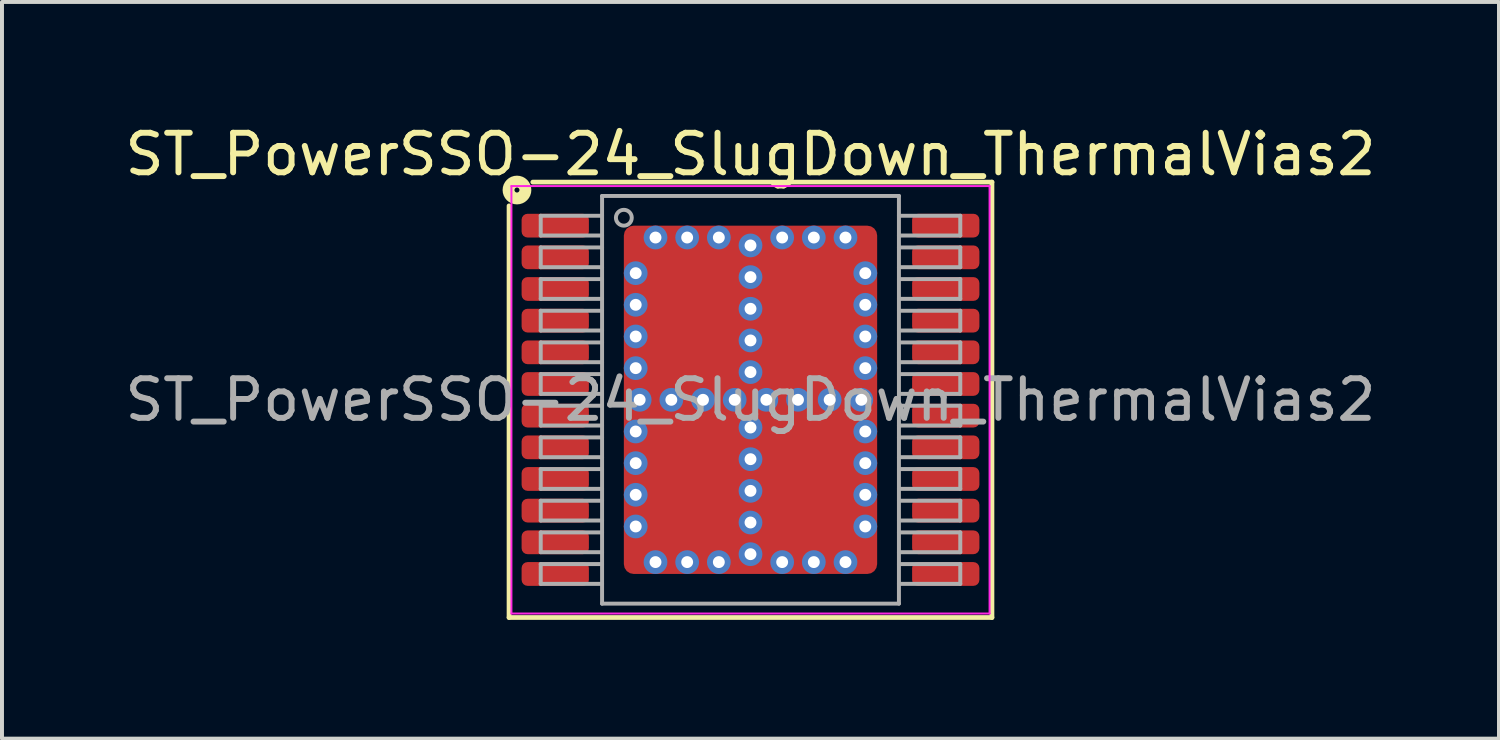
<source format=kicad_pcb>
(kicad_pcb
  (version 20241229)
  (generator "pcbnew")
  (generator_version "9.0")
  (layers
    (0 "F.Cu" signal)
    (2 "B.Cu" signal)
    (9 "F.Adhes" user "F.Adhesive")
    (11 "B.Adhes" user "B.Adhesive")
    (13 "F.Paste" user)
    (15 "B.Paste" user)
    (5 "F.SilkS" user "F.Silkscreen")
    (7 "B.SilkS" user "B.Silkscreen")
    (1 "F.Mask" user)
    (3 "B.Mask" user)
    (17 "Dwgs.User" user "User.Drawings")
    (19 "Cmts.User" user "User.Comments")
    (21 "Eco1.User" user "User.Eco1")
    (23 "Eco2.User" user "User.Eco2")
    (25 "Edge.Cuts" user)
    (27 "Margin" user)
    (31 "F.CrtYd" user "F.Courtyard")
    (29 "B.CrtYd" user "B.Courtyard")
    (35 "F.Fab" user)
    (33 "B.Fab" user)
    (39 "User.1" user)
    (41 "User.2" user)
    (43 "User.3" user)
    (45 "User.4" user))
  (footprint "ST_PowerSSO-24_SlugDown_ThermalVias2"
    (layer "F.Cu")
    (at 15.911 7.051)
    (property "Reference" "ST_PowerSSO-24_SlugDown_ThermalVias2" (at 0 -6.202 0) (layer "F.SilkS") (effects (font (size 1 1) (thickness 0.15))))
    (attr smd)
    (fp_line (start -6.1 -4.9) (end -6.1 5.5) (stroke (width 0.12) (type solid)) (layer "F.SilkS"))
    (fp_line (start -6.1 5.5) (end 6.1 5.5) (stroke (width 0.12) (type solid)) (layer "F.SilkS"))
    (fp_line (start 6.1 -5.5) (end -5.5 -5.5) (stroke (width 0.12) (type solid)) (layer "F.SilkS"))
    (fp_line (start 6.1 5.5) (end 6.1 -5.5) (stroke (width 0.12) (type solid)) (layer "F.SilkS"))
    (fp_circle (center -5.9 -5.3) (end -5.837 -5.3) (stroke (width 0.3) (type solid)) (fill no) (layer "F.SilkS"))
    (fp_line (start -6.04 -5.4) (end -6.04 5.4) (stroke (width 0.05) (type solid)) (layer "F.CrtYd"))
    (fp_line (start -6.04 -5.4) (end 6.04 -5.4) (stroke (width 0.05) (type solid)) (layer "F.CrtYd"))
    (fp_line (start 6.04 5.4) (end -6.04 5.4) (stroke (width 0.05) (type solid)) (layer "F.CrtYd"))
    (fp_line (start 6.04 5.4) (end 6.04 -5.4) (stroke (width 0.05) (type solid)) (layer "F.CrtYd"))
    (fp_line (start -5.3 -4.65) (end -5.3 -4.15) (stroke (width 0.1) (type solid)) (layer "F.Fab"))
    (fp_line (start -5.3 -4.65) (end -3.75 -4.65) (stroke (width 0.1) (type solid)) (layer "F.Fab"))
    (fp_line (start -5.3 -4.15) (end -3.75 -4.15) (stroke (width 0.1) (type solid)) (layer "F.Fab"))
    (fp_line (start -5.3 -3.85) (end -5.3 -3.35) (stroke (width 0.1) (type solid)) (layer "F.Fab"))
    (fp_line (start -5.3 -3.85) (end -3.75 -3.85) (stroke (width 0.1) (type solid)) (layer "F.Fab"))
    (fp_line (start -5.3 -3.35) (end -3.75 -3.35) (stroke (width 0.1) (type solid)) (layer "F.Fab"))
    (fp_line (start -5.3 -3.05) (end -5.3 -2.55) (stroke (width 0.1) (type solid)) (layer "F.Fab"))
    (fp_line (start -5.3 -3.05) (end -3.75 -3.05) (stroke (width 0.1) (type solid)) (layer "F.Fab"))
    (fp_line (start -5.3 -2.55) (end -3.75 -2.55) (stroke (width 0.1) (type solid)) (layer "F.Fab"))
    (fp_line (start -5.3 -2.25) (end -5.3 -1.75) (stroke (width 0.1) (type solid)) (layer "F.Fab"))
    (fp_line (start -5.3 -2.25) (end -3.75 -2.25) (stroke (width 0.1) (type solid)) (layer "F.Fab"))
    (fp_line (start -5.3 -1.75) (end -3.75 -1.75) (stroke (width 0.1) (type solid)) (layer "F.Fab"))
    (fp_line (start -5.3 -1.45) (end -5.3 -0.95) (stroke (width 0.1) (type solid)) (layer "F.Fab"))
    (fp_line (start -5.3 -1.45) (end -3.75 -1.45) (stroke (width 0.1) (type solid)) (layer "F.Fab"))
    (fp_line (start -5.3 -0.95) (end -3.75 -0.95) (stroke (width 0.1) (type solid)) (layer "F.Fab"))
    (fp_line (start -5.3 -0.65) (end -5.3 -0.15) (stroke (width 0.1) (type solid)) (layer "F.Fab"))
    (fp_line (start -5.3 -0.65) (end -3.75 -0.65) (stroke (width 0.1) (type solid)) (layer "F.Fab"))
    (fp_line (start -5.3 -0.15) (end -3.75 -0.15) (stroke (width 0.1) (type solid)) (layer "F.Fab"))
    (fp_line (start -5.3 0.15) (end -5.3 0.65) (stroke (width 0.1) (type solid)) (layer "F.Fab"))
    (fp_line (start -5.3 0.15) (end -3.75 0.15) (stroke (width 0.1) (type solid)) (layer "F.Fab"))
    (fp_line (start -5.3 0.65) (end -3.75 0.65) (stroke (width 0.1) (type solid)) (layer "F.Fab"))
    (fp_line (start -5.3 0.95) (end -5.3 1.45) (stroke (width 0.1) (type solid)) (layer "F.Fab"))
    (fp_line (start -5.3 0.95) (end -3.75 0.95) (stroke (width 0.1) (type solid)) (layer "F.Fab"))
    (fp_line (start -5.3 1.45) (end -3.75 1.45) (stroke (width 0.1) (type solid)) (layer "F.Fab"))
    (fp_line (start -5.3 1.75) (end -5.3 2.25) (stroke (width 0.1) (type solid)) (layer "F.Fab"))
    (fp_line (start -5.3 1.75) (end -3.75 1.75) (stroke (width 0.1) (type solid)) (layer "F.Fab"))
    (fp_line (start -5.3 2.25) (end -3.75 2.25) (stroke (width 0.1) (type solid)) (layer "F.Fab"))
    (fp_line (start -5.3 2.55) (end -5.3 3.05) (stroke (width 0.1) (type solid)) (layer "F.Fab"))
    (fp_line (start -5.3 2.55) (end -3.75 2.55) (stroke (width 0.1) (type solid)) (layer "F.Fab"))
    (fp_line (start -5.3 3.05) (end -3.75 3.05) (stroke (width 0.1) (type solid)) (layer "F.Fab"))
    (fp_line (start -5.3 3.35) (end -5.3 3.85) (stroke (width 0.1) (type solid)) (layer "F.Fab"))
    (fp_line (start -5.3 3.35) (end -3.75 3.35) (stroke (width 0.1) (type solid)) (layer "F.Fab"))
    (fp_line (start -5.3 3.85) (end -3.75 3.85) (stroke (width 0.1) (type solid)) (layer "F.Fab"))
    (fp_line (start -5.3 4.15) (end -5.3 4.65) (stroke (width 0.1) (type solid)) (layer "F.Fab"))
    (fp_line (start -5.3 4.15) (end -3.75 4.15) (stroke (width 0.1) (type solid)) (layer "F.Fab"))
    (fp_line (start -5.3 4.65) (end -3.75 4.65) (stroke (width 0.1) (type solid)) (layer "F.Fab"))
    (fp_line (start -3.75 -5.15) (end -3.75 5.15) (stroke (width 0.1) (type solid)) (layer "F.Fab"))
    (fp_line (start -3.75 5.15) (end 3.75 5.15) (stroke (width 0.1) (type solid)) (layer "F.Fab"))
    (fp_line (start 3.75 -5.15) (end -3.75 -5.15) (stroke (width 0.1) (type solid)) (layer "F.Fab"))
    (fp_line (start 3.75 5.15) (end 3.75 -5.15) (stroke (width 0.1) (type solid)) (layer "F.Fab"))
    (fp_line (start 5.3 -4.65) (end 3.75 -4.65) (stroke (width 0.1) (type solid)) (layer "F.Fab"))
    (fp_line (start 5.3 -4.15) (end 3.75 -4.15) (stroke (width 0.1) (type solid)) (layer "F.Fab"))
    (fp_line (start 5.3 -4.15) (end 5.3 -4.65) (stroke (width 0.1) (type solid)) (layer "F.Fab"))
    (fp_line (start 5.3 -3.85) (end 3.75 -3.85) (stroke (width 0.1) (type solid)) (layer "F.Fab"))
    (fp_line (start 5.3 -3.35) (end 3.75 -3.35) (stroke (width 0.1) (type solid)) (layer "F.Fab"))
    (fp_line (start 5.3 -3.35) (end 5.3 -3.85) (stroke (width 0.1) (type solid)) (layer "F.Fab"))
    (fp_line (start 5.3 -3.05) (end 3.75 -3.05) (stroke (width 0.1) (type solid)) (layer "F.Fab"))
    (fp_line (start 5.3 -2.55) (end 3.75 -2.55) (stroke (width 0.1) (type solid)) (layer "F.Fab"))
    (fp_line (start 5.3 -2.55) (end 5.3 -3.05) (stroke (width 0.1) (type solid)) (layer "F.Fab"))
    (fp_line (start 5.3 -2.25) (end 3.75 -2.25) (stroke (width 0.1) (type solid)) (layer "F.Fab"))
    (fp_line (start 5.3 -1.75) (end 3.75 -1.75) (stroke (width 0.1) (type solid)) (layer "F.Fab"))
    (fp_line (start 5.3 -1.75) (end 5.3 -2.25) (stroke (width 0.1) (type solid)) (layer "F.Fab"))
    (fp_line (start 5.3 -1.45) (end 3.75 -1.45) (stroke (width 0.1) (type solid)) (layer "F.Fab"))
    (fp_line (start 5.3 -0.95) (end 3.75 -0.95) (stroke (width 0.1) (type solid)) (layer "F.Fab"))
    (fp_line (start 5.3 -0.95) (end 5.3 -1.45) (stroke (width 0.1) (type solid)) (layer "F.Fab"))
    (fp_line (start 5.3 -0.65) (end 3.75 -0.65) (stroke (width 0.1) (type solid)) (layer "F.Fab"))
    (fp_line (start 5.3 -0.15) (end 3.75 -0.15) (stroke (width 0.1) (type solid)) (layer "F.Fab"))
    (fp_line (start 5.3 -0.15) (end 5.3 -0.65) (stroke (width 0.1) (type solid)) (layer "F.Fab"))
    (fp_line (start 5.3 0.15) (end 3.75 0.15) (stroke (width 0.1) (type solid)) (layer "F.Fab"))
    (fp_line (start 5.3 0.65) (end 3.75 0.65) (stroke (width 0.1) (type solid)) (layer "F.Fab"))
    (fp_line (start 5.3 0.65) (end 5.3 0.15) (stroke (width 0.1) (type solid)) (layer "F.Fab"))
    (fp_line (start 5.3 0.95) (end 3.75 0.95) (stroke (width 0.1) (type solid)) (layer "F.Fab"))
    (fp_line (start 5.3 1.45) (end 3.75 1.45) (stroke (width 0.1) (type solid)) (layer "F.Fab"))
    (fp_line (start 5.3 1.45) (end 5.3 0.95) (stroke (width 0.1) (type solid)) (layer "F.Fab"))
    (fp_line (start 5.3 1.75) (end 3.75 1.75) (stroke (width 0.1) (type solid)) (layer "F.Fab"))
    (fp_line (start 5.3 2.25) (end 3.75 2.25) (stroke (width 0.1) (type solid)) (layer "F.Fab"))
    (fp_line (start 5.3 2.25) (end 5.3 1.75) (stroke (width 0.1) (type solid)) (layer "F.Fab"))
    (fp_line (start 5.3 2.55) (end 3.75 2.55) (stroke (width 0.1) (type solid)) (layer "F.Fab"))
    (fp_line (start 5.3 3.05) (end 3.75 3.05) (stroke (width 0.1) (type solid)) (layer "F.Fab"))
    (fp_line (start 5.3 3.05) (end 5.3 2.55) (stroke (width 0.1) (type solid)) (layer "F.Fab"))
    (fp_line (start 5.3 3.35) (end 3.75 3.35) (stroke (width 0.1) (type solid)) (layer "F.Fab"))
    (fp_line (start 5.3 3.85) (end 3.75 3.85) (stroke (width 0.1) (type solid)) (layer "F.Fab"))
    (fp_line (start 5.3 3.85) (end 5.3 3.35) (stroke (width 0.1) (type solid)) (layer "F.Fab"))
    (fp_line (start 5.3 4.15) (end 3.75 4.15) (stroke (width 0.1) (type solid)) (layer "F.Fab"))
    (fp_line (start 5.3 4.65) (end 3.75 4.65) (stroke (width 0.1) (type solid)) (layer "F.Fab"))
    (fp_line (start 5.3 4.65) (end 5.3 4.15) (stroke (width 0.1) (type solid)) (layer "F.Fab"))
    (fp_circle (center -3.2 -4.6) (end -3 -4.6) (stroke (width 0.1) (type solid)) (fill no) (layer "F.Fab"))
    (fp_text user "${REFERENCE}" (at 0 0 0) (layer "F.Fab") (effects (font (size 1 1) (thickness 0.15))))
    (pad "" smd roundrect (at -1.975 -3.1) (size 0.85 0.9) (layers "F.Paste") (roundrect_rratio 0.179))
    (pad "" smd roundrect (at -1.975 -2) (size 0.85 0.9) (layers "F.Paste") (roundrect_rratio 0.179))
    (pad "" smd roundrect (at -1.975 -0.9) (size 0.85 0.9) (layers "F.Paste") (roundrect_rratio 0.179))
    (pad "" smd roundrect (at -1.975 0.9) (size 0.85 0.9) (layers "F.Paste") (roundrect_rratio 0.179))
    (pad "" smd roundrect (at -1.975 2) (size 0.85 0.9) (layers "F.Paste") (roundrect_rratio 0.179))
    (pad "" smd roundrect (at -1.975 3.1) (size 0.85 0.9) (layers "F.Paste") (roundrect_rratio 0.179))
    (pad "" smd roundrect (at -1.45 -2.025) (size 2.3 3.45) (layers "F.Mask") (roundrect_rratio 0.109))
    (pad "" smd roundrect (at -1.45 2.025) (size 2.3 3.45) (layers "F.Mask") (roundrect_rratio 0.109))
    (pad "" smd roundrect (at -0.925 -3.1) (size 0.85 0.9) (layers "F.Paste") (roundrect_rratio 0.179))
    (pad "" smd roundrect (at -0.925 -2) (size 0.85 0.9) (layers "F.Paste") (roundrect_rratio 0.179))
    (pad "" smd roundrect (at -0.925 -0.9) (size 0.85 0.9) (layers "F.Paste") (roundrect_rratio 0.179))
    (pad "" smd roundrect (at -0.925 0.9) (size 0.85 0.9) (layers "F.Paste") (roundrect_rratio 0.179))
    (pad "" smd roundrect (at -0.925 2) (size 0.85 0.9) (layers "F.Paste") (roundrect_rratio 0.179))
    (pad "" smd roundrect (at -0.925 3.1) (size 0.85 0.9) (layers "F.Paste") (roundrect_rratio 0.179))
    (pad "" smd roundrect (at 0.925 -3.1) (size 0.85 0.9) (layers "F.Paste") (roundrect_rratio 0.179))
    (pad "" smd roundrect (at 0.925 -2) (size 0.85 0.9) (layers "F.Paste") (roundrect_rratio 0.179))
    (pad "" smd roundrect (at 0.925 -0.9) (size 0.85 0.9) (layers "F.Paste") (roundrect_rratio 0.179))
    (pad "" smd roundrect (at 0.925 0.9) (size 0.85 0.9) (layers "F.Paste") (roundrect_rratio 0.179))
    (pad "" smd roundrect (at 0.925 2) (size 0.85 0.9) (layers "F.Paste") (roundrect_rratio 0.179))
    (pad "" smd roundrect (at 0.925 3.1) (size 0.85 0.9) (layers "F.Paste") (roundrect_rratio 0.179))
    (pad "" smd roundrect (at 1.45 -2.025) (size 2.3 3.45) (layers "F.Mask") (roundrect_rratio 0.109))
    (pad "" smd roundrect (at 1.45 2.025) (size 2.3 3.45) (layers "F.Mask") (roundrect_rratio 0.109))
    (pad "" smd roundrect (at 1.975 -3.1) (size 0.85 0.9) (layers "F.Paste") (roundrect_rratio 0.179))
    (pad "" smd roundrect (at 1.975 -2) (size 0.85 0.9) (layers "F.Paste") (roundrect_rratio 0.179))
    (pad "" smd roundrect (at 1.975 -0.9) (size 0.85 0.9) (layers "F.Paste") (roundrect_rratio 0.179))
    (pad "" smd roundrect (at 1.975 0.9) (size 0.85 0.9) (layers "F.Paste") (roundrect_rratio 0.179))
    (pad "" smd roundrect (at 1.975 2) (size 0.85 0.9) (layers "F.Paste") (roundrect_rratio 0.179))
    (pad "" smd roundrect (at 1.975 3.1) (size 0.85 0.9) (layers "F.Paste") (roundrect_rratio 0.179))
    (pad "1" smd roundrect (at -4.933 -4.4) (size 1.7 0.6) (layers "F.Cu" "F.Mask" "F.Paste") (roundrect_rratio 0.25))
    (pad "2" smd roundrect (at -4.933 -3.6) (size 1.7 0.6) (layers "F.Cu" "F.Mask" "F.Paste") (roundrect_rratio 0.25))
    (pad "3" smd roundrect (at -4.933 -2.8) (size 1.7 0.6) (layers "F.Cu" "F.Mask" "F.Paste") (roundrect_rratio 0.25))
    (pad "4" smd roundrect (at -4.933 -2) (size 1.7 0.6) (layers "F.Cu" "F.Mask" "F.Paste") (roundrect_rratio 0.25))
    (pad "5" smd roundrect (at -4.933 -1.2) (size 1.7 0.6) (layers "F.Cu" "F.Mask" "F.Paste") (roundrect_rratio 0.25))
    (pad "6" smd roundrect (at -4.933 -0.4) (size 1.7 0.6) (layers "F.Cu" "F.Mask" "F.Paste") (roundrect_rratio 0.25))
    (pad "7" smd roundrect (at -4.933 0.4) (size 1.7 0.6) (layers "F.Cu" "F.Mask" "F.Paste") (roundrect_rratio 0.25))
    (pad "8" smd roundrect (at -4.933 1.2) (size 1.7 0.6) (layers "F.Cu" "F.Mask" "F.Paste") (roundrect_rratio 0.25))
    (pad "9" smd roundrect (at -4.933 2) (size 1.7 0.6) (layers "F.Cu" "F.Mask" "F.Paste") (roundrect_rratio 0.25))
    (pad "10" smd roundrect (at -4.933 2.8) (size 1.7 0.6) (layers "F.Cu" "F.Mask" "F.Paste") (roundrect_rratio 0.25))
    (pad "11" smd roundrect (at -4.933 3.6) (size 1.7 0.6) (layers "F.Cu" "F.Mask" "F.Paste") (roundrect_rratio 0.25))
    (pad "12" smd roundrect (at -4.933 4.4) (size 1.7 0.6) (layers "F.Cu" "F.Mask" "F.Paste") (roundrect_rratio 0.25))
    (pad "13" smd roundrect (at 4.933 4.4) (size 1.7 0.6) (layers "F.Cu" "F.Mask" "F.Paste") (roundrect_rratio 0.25))
    (pad "14" smd roundrect (at 4.933 3.6) (size 1.7 0.6) (layers "F.Cu" "F.Mask" "F.Paste") (roundrect_rratio 0.25))
    (pad "15" smd roundrect (at 4.933 2.8) (size 1.7 0.6) (layers "F.Cu" "F.Mask" "F.Paste") (roundrect_rratio 0.25))
    (pad "16" smd roundrect (at 4.933 2) (size 1.7 0.6) (layers "F.Cu" "F.Mask" "F.Paste") (roundrect_rratio 0.25))
    (pad "17" smd roundrect (at 4.933 1.2) (size 1.7 0.6) (layers "F.Cu" "F.Mask" "F.Paste") (roundrect_rratio 0.25))
    (pad "18" smd roundrect (at 4.933 0.4) (size 1.7 0.6) (layers "F.Cu" "F.Mask" "F.Paste") (roundrect_rratio 0.25))
    (pad "19" smd roundrect (at 4.933 -0.4) (size 1.7 0.6) (layers "F.Cu" "F.Mask" "F.Paste") (roundrect_rratio 0.25))
    (pad "20" smd roundrect (at 4.933 -1.2) (size 1.7 0.6) (layers "F.Cu" "F.Mask" "F.Paste") (roundrect_rratio 0.25))
    (pad "21" smd roundrect (at 4.933 -2) (size 1.7 0.6) (layers "F.Cu" "F.Mask" "F.Paste") (roundrect_rratio 0.25))
    (pad "22" smd roundrect (at 4.933 -2.8) (size 1.7 0.6) (layers "F.Cu" "F.Mask" "F.Paste") (roundrect_rratio 0.25))
    (pad "23" smd roundrect (at 4.933 -3.6) (size 1.7 0.6) (layers "F.Cu" "F.Mask" "F.Paste") (roundrect_rratio 0.25))
    (pad "24" smd roundrect (at 4.933 -4.4) (size 1.7 0.6) (layers "F.Cu" "F.Mask" "F.Paste") (roundrect_rratio 0.25))
    (pad "25" thru_hole circle (at -2.9 -3.2 180) (size 0.6 0.6) (drill 0.3) (property pad_prop_heatsink) (layers "*.Cu" "*.Mask"))
    (pad "25" thru_hole circle (at -2.9 -2.4 180) (size 0.6 0.6) (drill 0.3) (property pad_prop_heatsink) (layers "*.Cu" "*.Mask"))
    (pad "25" thru_hole circle (at -2.9 -1.6 180) (size 0.6 0.6) (drill 0.3) (property pad_prop_heatsink) (layers "*.Cu" "*.Mask"))
    (pad "25" thru_hole circle (at -2.9 -0.8 180) (size 0.6 0.6) (drill 0.3) (property pad_prop_heatsink) (layers "*.Cu" "*.Mask"))
    (pad "25" thru_hole circle (at -2.9 0.8) (size 0.6 0.6) (drill 0.3) (property pad_prop_heatsink) (layers "*.Cu" "*.Mask"))
    (pad "25" thru_hole circle (at -2.9 1.6) (size 0.6 0.6) (drill 0.3) (property pad_prop_heatsink) (layers "*.Cu" "*.Mask"))
    (pad "25" thru_hole circle (at -2.9 2.4) (size 0.6 0.6) (drill 0.3) (property pad_prop_heatsink) (layers "*.Cu" "*.Mask"))
    (pad "25" thru_hole circle (at -2.9 3.2) (size 0.6 0.6) (drill 0.3) (property pad_prop_heatsink) (layers "*.Cu" "*.Mask"))
    (pad "25" thru_hole circle (at -2.8 0) (size 0.6 0.6) (drill 0.3) (property pad_prop_heatsink) (layers "*.Cu" "*.Mask"))
    (pad "25" thru_hole circle (at -2.4 -4.1 180) (size 0.6 0.6) (drill 0.3) (property pad_prop_heatsink) (layers "*.Cu" "*.Mask"))
    (pad "25" thru_hole circle (at -2.4 4.1) (size 0.6 0.6) (drill 0.3) (property pad_prop_heatsink) (layers "*.Cu" "*.Mask"))
    (pad "25" thru_hole circle (at -2 0) (size 0.6 0.6) (drill 0.3) (property pad_prop_heatsink) (layers "*.Cu" "*.Mask"))
    (pad "25" thru_hole circle (at -1.6 -4.1 180) (size 0.6 0.6) (drill 0.3) (property pad_prop_heatsink) (layers "*.Cu" "*.Mask"))
    (pad "25" thru_hole circle (at -1.6 4.1) (size 0.6 0.6) (drill 0.3) (property pad_prop_heatsink) (layers "*.Cu" "*.Mask"))
    (pad "25" thru_hole circle (at -1.2 0) (size 0.6 0.6) (drill 0.3) (property pad_prop_heatsink) (layers "*.Cu" "*.Mask"))
    (pad "25" thru_hole circle (at -0.8 -4.1 180) (size 0.6 0.6) (drill 0.3) (property pad_prop_heatsink) (layers "*.Cu" "*.Mask"))
    (pad "25" thru_hole circle (at -0.8 4.1) (size 0.6 0.6) (drill 0.3) (property pad_prop_heatsink) (layers "*.Cu" "*.Mask"))
    (pad "25" thru_hole circle (at -0.4 0) (size 0.6 0.6) (drill 0.3) (property pad_prop_heatsink) (layers "*.Cu" "*.Mask"))
    (pad "25" thru_hole circle (at 0 -3.9) (size 0.6 0.6) (drill 0.3) (property pad_prop_heatsink) (layers "*.Cu" "*.Mask"))
    (pad "25" thru_hole circle (at 0 -3.1) (size 0.6 0.6) (drill 0.3) (property pad_prop_heatsink) (layers "*.Cu" "*.Mask"))
    (pad "25" thru_hole circle (at 0 -2.3) (size 0.6 0.6) (drill 0.3) (property pad_prop_heatsink) (layers "*.Cu" "*.Mask"))
    (pad "25" thru_hole circle (at 0 -1.5) (size 0.6 0.6) (drill 0.3) (property pad_prop_heatsink) (layers "*.Cu" "*.Mask"))
    (pad "25" thru_hole circle (at 0 -0.7) (size 0.6 0.6) (drill 0.3) (property pad_prop_heatsink) (layers "*.Cu" "*.Mask"))
    (pad "25" smd roundrect (at 0 0) (size 6.4 8.8) (layers "F.Cu") (roundrect_rratio 0.039))
    (pad "25" thru_hole circle (at 0 0.7) (size 0.6 0.6) (drill 0.3) (property pad_prop_heatsink) (layers "*.Cu" "*.Mask"))
    (pad "25" thru_hole circle (at 0 1.5) (size 0.6 0.6) (drill 0.3) (property pad_prop_heatsink) (layers "*.Cu" "*.Mask"))
    (pad "25" thru_hole circle (at 0 2.3) (size 0.6 0.6) (drill 0.3) (property pad_prop_heatsink) (layers "*.Cu" "*.Mask"))
    (pad "25" thru_hole circle (at 0 3.1) (size 0.6 0.6) (drill 0.3) (property pad_prop_heatsink) (layers "*.Cu" "*.Mask"))
    (pad "25" thru_hole circle (at 0 3.9) (size 0.6 0.6) (drill 0.3) (property pad_prop_heatsink) (layers "*.Cu" "*.Mask"))
    (pad "25" thru_hole circle (at 0.4 0) (size 0.6 0.6) (drill 0.3) (property pad_prop_heatsink) (layers "*.Cu" "*.Mask"))
    (pad "25" thru_hole circle (at 0.8 -4.1 180) (size 0.6 0.6) (drill 0.3) (property pad_prop_heatsink) (layers "*.Cu" "*.Mask"))
    (pad "25" thru_hole circle (at 0.8 4.1) (size 0.6 0.6) (drill 0.3) (property pad_prop_heatsink) (layers "*.Cu" "*.Mask"))
    (pad "25" thru_hole circle (at 1.2 0) (size 0.6 0.6) (drill 0.3) (property pad_prop_heatsink) (layers "*.Cu" "*.Mask"))
    (pad "25" thru_hole circle (at 1.6 -4.1 180) (size 0.6 0.6) (drill 0.3) (property pad_prop_heatsink) (layers "*.Cu" "*.Mask"))
    (pad "25" thru_hole circle (at 1.6 4.1) (size 0.6 0.6) (drill 0.3) (property pad_prop_heatsink) (layers "*.Cu" "*.Mask"))
    (pad "25" thru_hole circle (at 2 0) (size 0.6 0.6) (drill 0.3) (property pad_prop_heatsink) (layers "*.Cu" "*.Mask"))
    (pad "25" thru_hole circle (at 2.4 -4.1 180) (size 0.6 0.6) (drill 0.3) (property pad_prop_heatsink) (layers "*.Cu" "*.Mask"))
    (pad "25" thru_hole circle (at 2.4 4.1) (size 0.6 0.6) (drill 0.3) (property pad_prop_heatsink) (layers "*.Cu" "*.Mask"))
    (pad "25" thru_hole circle (at 2.8 0) (size 0.6 0.6) (drill 0.3) (property pad_prop_heatsink) (layers "*.Cu" "*.Mask"))
    (pad "25" thru_hole circle (at 2.9 -3.2 180) (size 0.6 0.6) (drill 0.3) (property pad_prop_heatsink) (layers "*.Cu" "*.Mask"))
    (pad "25" thru_hole circle (at 2.9 -2.4 180) (size 0.6 0.6) (drill 0.3) (property pad_prop_heatsink) (layers "*.Cu" "*.Mask"))
    (pad "25" thru_hole circle (at 2.9 -1.6 180) (size 0.6 0.6) (drill 0.3) (property pad_prop_heatsink) (layers "*.Cu" "*.Mask"))
    (pad "25" thru_hole circle (at 2.9 -0.8 180) (size 0.6 0.6) (drill 0.3) (property pad_prop_heatsink) (layers "*.Cu" "*.Mask"))
    (pad "25" thru_hole circle (at 2.9 0.8) (size 0.6 0.6) (drill 0.3) (property pad_prop_heatsink) (layers "*.Cu" "*.Mask"))
    (pad "25" thru_hole circle (at 2.9 1.6) (size 0.6 0.6) (drill 0.3) (property pad_prop_heatsink) (layers "*.Cu" "*.Mask"))
    (pad "25" thru_hole circle (at 2.9 2.4) (size 0.6 0.6) (drill 0.3) (property pad_prop_heatsink) (layers "*.Cu" "*.Mask"))
    (pad "25" thru_hole circle (at 2.9 3.2) (size 0.6 0.6) (drill 0.3) (property pad_prop_heatsink) (layers "*.Cu" "*.Mask")))
  (gr_rect
    (start -3 -3)
    (end 34.821 15.611)
    (stroke (width 0.1) (type default))
    (fill no)
    (layer "Edge.Cuts")))
</source>
